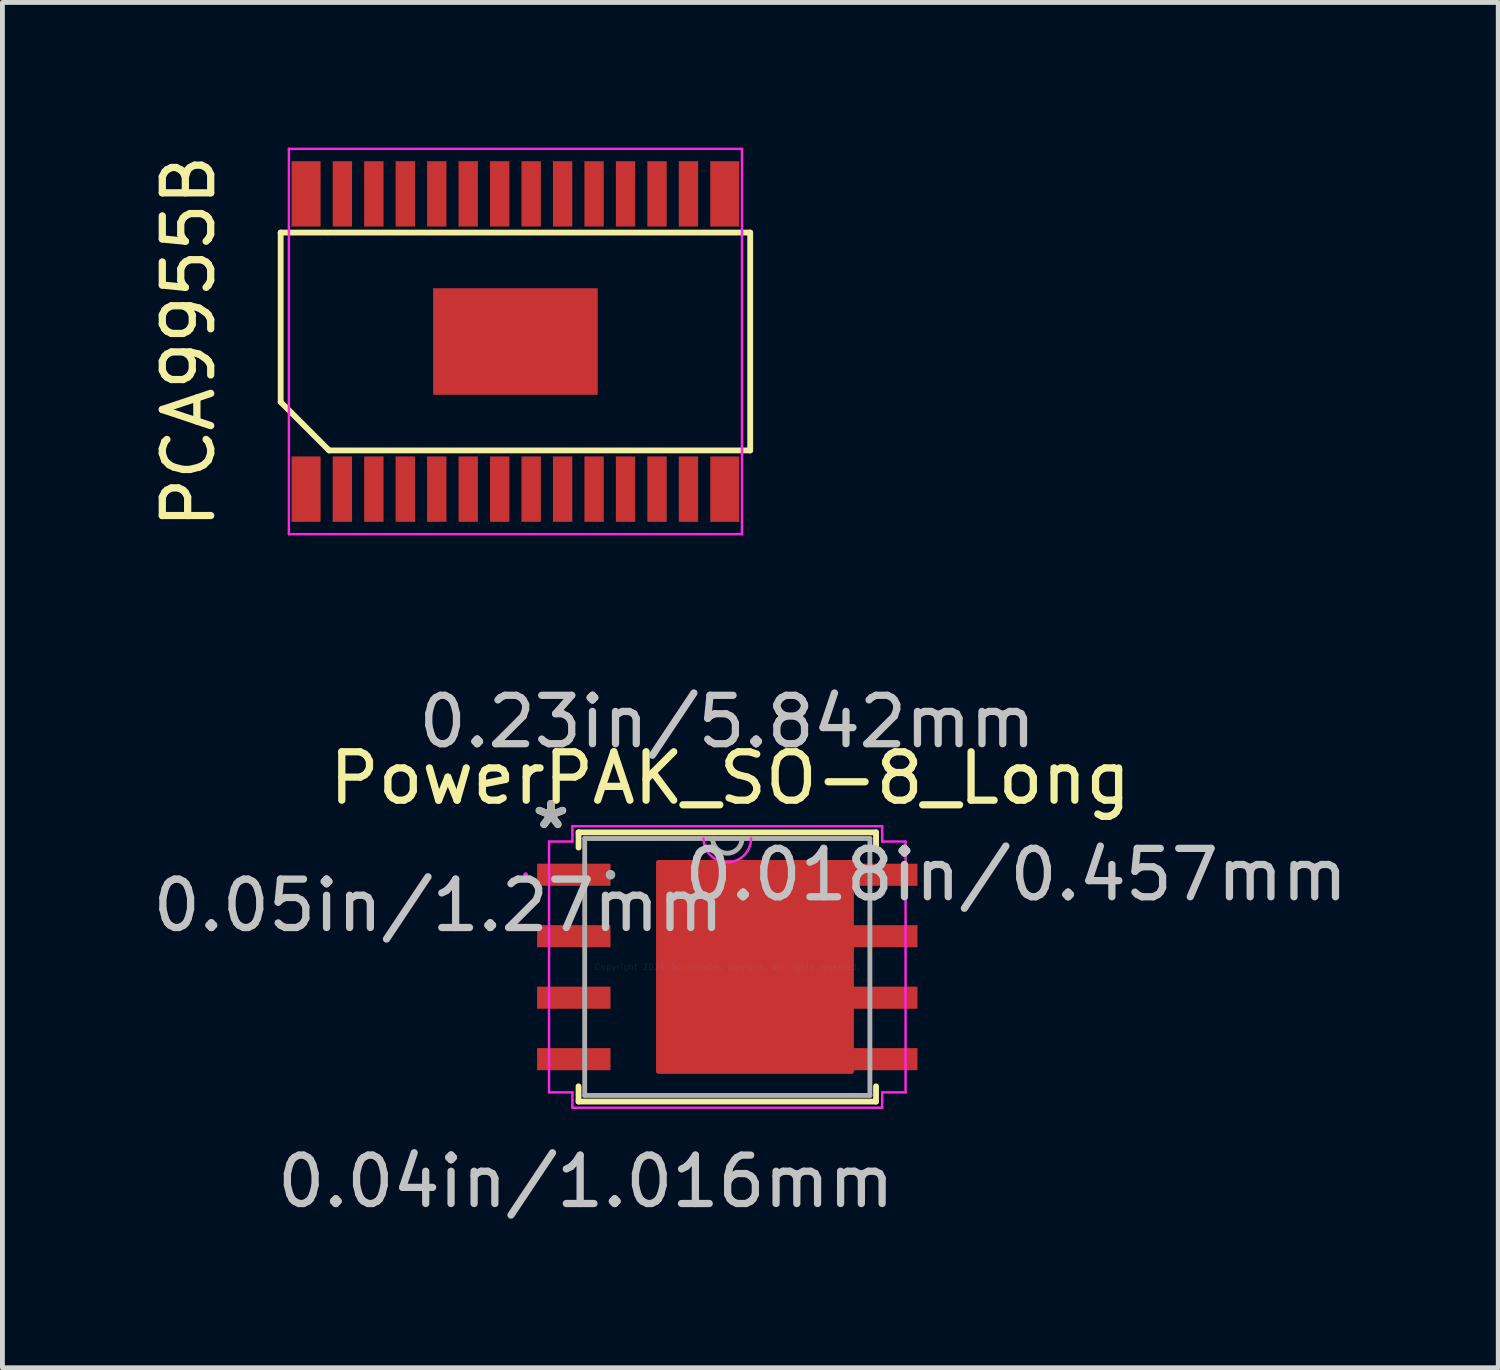
<source format=kicad_pcb>
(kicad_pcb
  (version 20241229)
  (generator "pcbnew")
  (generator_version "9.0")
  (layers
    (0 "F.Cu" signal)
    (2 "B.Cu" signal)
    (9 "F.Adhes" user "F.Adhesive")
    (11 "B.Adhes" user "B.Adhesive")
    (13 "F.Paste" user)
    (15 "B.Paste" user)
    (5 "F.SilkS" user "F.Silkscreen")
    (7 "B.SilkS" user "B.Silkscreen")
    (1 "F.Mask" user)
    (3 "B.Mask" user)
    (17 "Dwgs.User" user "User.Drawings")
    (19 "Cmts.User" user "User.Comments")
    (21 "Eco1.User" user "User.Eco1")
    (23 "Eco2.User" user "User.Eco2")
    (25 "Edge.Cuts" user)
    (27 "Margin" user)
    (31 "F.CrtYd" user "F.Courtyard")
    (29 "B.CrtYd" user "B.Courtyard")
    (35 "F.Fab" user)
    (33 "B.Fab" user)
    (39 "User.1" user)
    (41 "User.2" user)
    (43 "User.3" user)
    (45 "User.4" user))
  (footprint "PowerPAK_SO-8_Long"
    (layer "F.Cu")
    (at 11.975 16.926)
    (property "Reference" "PowerPAK_SO-8_Long" (at 0.06 -3.9 0) (layer "F.SilkS") (effects (font (size 1 1) (thickness 0.15))))
    (attr through_hole)
    (fp_poly (pts (xy 2.565 -2.159) (xy -1.422 -2.159) (xy -1.422 2.159) (xy 2.565 2.159)) (stroke (width 0.1) (type solid)) (fill yes) (layer "F.Cu"))
    (fp_poly (pts (xy 2.565 -2.159) (xy -1.422 -2.159) (xy -1.422 2.159) (xy 2.565 2.159)) (stroke (width 0.1) (type solid)) (fill yes) (layer "F.Mask"))
    (fp_line (start -3.073 -2.781) (end -3.073 -2.466) (stroke (width 0.12) (type solid)) (layer "F.SilkS"))
    (fp_line (start -3.073 2.466) (end -3.073 2.781) (stroke (width 0.12) (type solid)) (layer "F.SilkS"))
    (fp_line (start -3.073 2.781) (end 3.073 2.781) (stroke (width 0.12) (type solid)) (layer "F.SilkS"))
    (fp_line (start 3.073 -2.781) (end -3.073 -2.781) (stroke (width 0.12) (type solid)) (layer "F.SilkS"))
    (fp_line (start 3.073 -2.466) (end 3.073 -2.781) (stroke (width 0.12) (type solid)) (layer "F.SilkS"))
    (fp_line (start 3.073 2.781) (end 3.073 2.466) (stroke (width 0.12) (type solid)) (layer "F.SilkS"))
    (fp_poly (pts (xy 2.565 -2.159) (xy -1.422 -2.159) (xy -1.422 2.159) (xy 2.565 2.159)) (stroke (width 0.1) (type solid)) (fill yes) (layer "F.Paste"))
    (fp_line (start -3.683 -2.591) (end -3.2 -2.591) (stroke (width 0.05) (type solid)) (layer "F.CrtYd"))
    (fp_line (start -3.683 2.591) (end -3.683 -2.591) (stroke (width 0.05) (type solid)) (layer "F.CrtYd"))
    (fp_line (start -3.2 -2.908) (end 3.2 -2.908) (stroke (width 0.05) (type solid)) (layer "F.CrtYd"))
    (fp_line (start -3.2 -2.591) (end -3.2 -2.908) (stroke (width 0.05) (type solid)) (layer "F.CrtYd"))
    (fp_line (start -3.2 2.591) (end -3.683 2.591) (stroke (width 0.05) (type solid)) (layer "F.CrtYd"))
    (fp_line (start -3.2 2.908) (end -3.2 2.591) (stroke (width 0.05) (type solid)) (layer "F.CrtYd"))
    (fp_line (start 3.2 -2.908) (end 3.2 -2.591) (stroke (width 0.05) (type solid)) (layer "F.CrtYd"))
    (fp_line (start 3.2 -2.591) (end 3.683 -2.591) (stroke (width 0.05) (type solid)) (layer "F.CrtYd"))
    (fp_line (start 3.2 2.591) (end 3.2 2.908) (stroke (width 0.05) (type solid)) (layer "F.CrtYd"))
    (fp_line (start 3.2 2.908) (end -3.2 2.908) (stroke (width 0.05) (type solid)) (layer "F.CrtYd"))
    (fp_line (start 3.683 -2.591) (end 3.683 2.591) (stroke (width 0.05) (type solid)) (layer "F.CrtYd"))
    (fp_line (start 3.683 2.591) (end 3.2 2.591) (stroke (width 0.05) (type solid)) (layer "F.CrtYd"))
    (fp_arc (start 0.491067 -2.6543) (mid 0 -2.163233) (end -0.491067 -2.6543) (stroke (width 0.05) (type solid)) (layer "F.CrtYd"))
    (fp_circle (center -4.166 -1.905) (end -4.166 -1.905) (stroke (width 0.05) (type solid)) (fill no) (layer "F.CrtYd"))
    (fp_line (start -2.946 -2.654) (end -2.946 2.654) (stroke (width 0.1) (type solid)) (layer "F.Fab"))
    (fp_line (start -2.946 2.654) (end 2.946 2.654) (stroke (width 0.1) (type solid)) (layer "F.Fab"))
    (fp_line (start 2.946 -2.654) (end -2.946 -2.654) (stroke (width 0.1) (type solid)) (layer "F.Fab"))
    (fp_line (start 2.946 2.654) (end 2.946 -2.654) (stroke (width 0.1) (type solid)) (layer "F.Fab"))
    (fp_arc (start 0.3048 -2.6543) (mid 0 -2.3495) (end -0.3048 -2.6543) (stroke (width 0.1) (type solid)) (layer "F.Fab"))
    (fp_circle (center -2.413 -1.905) (end -2.413 -1.905) (stroke (width 0.1) (type solid)) (fill no) (layer "F.Fab"))
    (fp_text user "*" (at -3.64 -2.83 0) (layer "F.SilkS") (effects (font (size 1 1) (thickness 0.15))))
    (fp_text user "0.23in/5.842mm" (at 0 -5.067 0) (layer "Dwgs.User") (effects (font (size 1 1) (thickness 0.15))))
    (fp_text user "0.05in/1.27mm" (at -5.969 -1.27 0) (layer "Dwgs.User") (effects (font (size 1 1) (thickness 0.15))))
    (fp_text user "0.018in/0.457mm" (at 5.969 -1.905 0) (layer "Dwgs.User") (effects (font (size 1 1) (thickness 0.15))))
    (fp_text user "0.04in/1.016mm" (at -2.921 4.432 0) (layer "Dwgs.User") (effects (font (size 1 1) (thickness 0.15))))
    (fp_text user "Copyright 2021 Accelerated Designs. All rights reserved." (at 0 0 0) (layer "Cmts.User") (effects (font (size 0.127 0.127) (thickness 0.002))))
    (fp_text user "*" (at -3.65 -2.83 0) (layer "F.Fab") (effects (font (size 1 1) (thickness 0.15))))
    (pad "1" smd rect (at -3.171 -1.905) (size 1.516 0.457) (layers "F.Cu" "F.Mask" "F.Paste"))
    (pad "2" smd rect (at -3.171 -0.635) (size 1.516 0.457) (layers "F.Cu" "F.Mask" "F.Paste"))
    (pad "3" smd rect (at -3.171 0.635) (size 1.516 0.457) (layers "F.Cu" "F.Mask" "F.Paste"))
    (pad "4" smd rect (at -3.171 1.905) (size 1.516 0.457) (layers "F.Cu" "F.Mask" "F.Paste"))
    (pad "5" smd rect (at 3.171 1.905) (size 1.516 0.457) (layers "F.Cu" "F.Mask" "F.Paste"))
    (pad "6" smd rect (at 3.171 0.635) (size 1.516 0.457) (layers "F.Cu" "F.Mask" "F.Paste"))
    (pad "7" smd rect (at 3.171 -0.635) (size 1.516 0.457) (layers "F.Cu" "F.Mask" "F.Paste"))
    (pad "8" smd rect (at 3.171 -1.905) (size 1.516 0.457) (layers "F.Cu" "F.Mask" "F.Paste")))
  (footprint "PCA9955B"
    (layer "F.Cu")
    (at 7.598 4.005)
    (property "Reference" "PCA9955B" (at -6.75 0 90) (layer "F.SilkS") (effects (font (size 1 1) (thickness 0.15))))
    (attr smd)
    (fp_poly (pts (xy -0.92 -0.45) (xy -1.52 -0.45) (xy -1.52 -0.95) (xy -0.92 -0.95)) (stroke (width 0.1) (type solid)) (fill yes) (layer "F.Mask"))
    (fp_poly (pts (xy -0.92 0.25) (xy -1.52 0.25) (xy -1.52 -0.25) (xy -0.92 -0.25)) (stroke (width 0.1) (type solid)) (fill yes) (layer "F.Mask"))
    (fp_poly (pts (xy -0.92 0.95) (xy -1.52 0.95) (xy -1.52 0.45) (xy -0.92 0.45)) (stroke (width 0.1) (type solid)) (fill yes) (layer "F.Mask"))
    (fp_poly (pts (xy -0.1 -0.45) (xy -0.7 -0.45) (xy -0.7 -0.95) (xy -0.1 -0.95)) (stroke (width 0.1) (type solid)) (fill yes) (layer "F.Mask"))
    (fp_poly (pts (xy -0.1 0.25) (xy -0.7 0.25) (xy -0.7 -0.25) (xy -0.1 -0.25)) (stroke (width 0.1) (type solid)) (fill yes) (layer "F.Mask"))
    (fp_poly (pts (xy -0.1 0.95) (xy -0.7 0.95) (xy -0.7 0.45) (xy -0.1 0.45)) (stroke (width 0.1) (type solid)) (fill yes) (layer "F.Mask"))
    (fp_poly (pts (xy 0.72 -0.45) (xy 0.12 -0.45) (xy 0.12 -0.95) (xy 0.72 -0.95)) (stroke (width 0.1) (type solid)) (fill yes) (layer "F.Mask"))
    (fp_poly (pts (xy 0.72 0.25) (xy 0.12 0.25) (xy 0.12 -0.25) (xy 0.72 -0.25)) (stroke (width 0.1) (type solid)) (fill yes) (layer "F.Mask"))
    (fp_poly (pts (xy 0.72 0.95) (xy 0.12 0.95) (xy 0.12 0.45) (xy 0.72 0.45)) (stroke (width 0.1) (type solid)) (fill yes) (layer "F.Mask"))
    (fp_poly (pts (xy 1.54 -0.45) (xy 0.94 -0.45) (xy 0.94 -0.95) (xy 1.54 -0.95)) (stroke (width 0.1) (type solid)) (fill yes) (layer "F.Mask"))
    (fp_poly (pts (xy 1.54 0.25) (xy 0.94 0.25) (xy 0.94 -0.25) (xy 1.54 -0.25)) (stroke (width 0.1) (type solid)) (fill yes) (layer "F.Mask"))
    (fp_poly (pts (xy 1.54 0.95) (xy 0.94 0.95) (xy 0.94 0.45) (xy 1.54 0.45)) (stroke (width 0.1) (type solid)) (fill yes) (layer "F.Mask"))
    (fp_line (start -4.85 -2.25) (end 4.85 -2.25) (stroke (width 0.12) (type solid)) (layer "F.SilkS"))
    (fp_line (start -4.85 1.25) (end -4.85 -2.25) (stroke (width 0.12) (type solid)) (layer "F.SilkS"))
    (fp_line (start -3.85 2.25) (end -4.85 1.25) (stroke (width 0.12) (type solid)) (layer "F.SilkS"))
    (fp_line (start 4.85 -2.25) (end 4.85 2.25) (stroke (width 0.12) (type solid)) (layer "F.SilkS"))
    (fp_line (start 4.85 2.25) (end -3.85 2.25) (stroke (width 0.12) (type solid)) (layer "F.SilkS"))
    (fp_poly (pts (xy -0.92 -0.45) (xy -1.52 -0.45) (xy -1.52 -0.95) (xy -0.92 -0.95)) (stroke (width 0.1) (type solid)) (fill yes) (layer "F.Paste"))
    (fp_poly (pts (xy -0.92 0.25) (xy -1.52 0.25) (xy -1.52 -0.25) (xy -0.92 -0.25)) (stroke (width 0.1) (type solid)) (fill yes) (layer "F.Paste"))
    (fp_poly (pts (xy -0.92 0.95) (xy -1.52 0.95) (xy -1.52 0.45) (xy -0.92 0.45)) (stroke (width 0.1) (type solid)) (fill yes) (layer "F.Paste"))
    (fp_poly (pts (xy -0.1 -0.45) (xy -0.7 -0.45) (xy -0.7 -0.95) (xy -0.1 -0.95)) (stroke (width 0.1) (type solid)) (fill yes) (layer "F.Paste"))
    (fp_poly (pts (xy -0.1 0.25) (xy -0.7 0.25) (xy -0.7 -0.25) (xy -0.1 -0.25)) (stroke (width 0.1) (type solid)) (fill yes) (layer "F.Paste"))
    (fp_poly (pts (xy -0.1 0.95) (xy -0.7 0.95) (xy -0.7 0.45) (xy -0.1 0.45)) (stroke (width 0.1) (type solid)) (fill yes) (layer "F.Paste"))
    (fp_poly (pts (xy 0.72 -0.45) (xy 0.12 -0.45) (xy 0.12 -0.95) (xy 0.72 -0.95)) (stroke (width 0.1) (type solid)) (fill yes) (layer "F.Paste"))
    (fp_poly (pts (xy 0.72 0.25) (xy 0.12 0.25) (xy 0.12 -0.25) (xy 0.72 -0.25)) (stroke (width 0.1) (type solid)) (fill yes) (layer "F.Paste"))
    (fp_poly (pts (xy 0.72 0.95) (xy 0.12 0.95) (xy 0.12 0.45) (xy 0.72 0.45)) (stroke (width 0.1) (type solid)) (fill yes) (layer "F.Paste"))
    (fp_poly (pts (xy 1.54 -0.45) (xy 0.94 -0.45) (xy 0.94 -0.95) (xy 1.54 -0.95)) (stroke (width 0.1) (type solid)) (fill yes) (layer "F.Paste"))
    (fp_poly (pts (xy 1.54 0.25) (xy 0.94 0.25) (xy 0.94 -0.25) (xy 1.54 -0.25)) (stroke (width 0.1) (type solid)) (fill yes) (layer "F.Paste"))
    (fp_poly (pts (xy 1.54 0.95) (xy 0.94 0.95) (xy 0.94 0.45) (xy 1.54 0.45)) (stroke (width 0.1) (type solid)) (fill yes) (layer "F.Paste"))
    (fp_line (start -4.68 -3.98) (end 4.68 -3.98) (stroke (width 0.05) (type solid)) (layer "F.CrtYd"))
    (fp_line (start -4.68 3.98) (end -4.68 -3.98) (stroke (width 0.05) (type solid)) (layer "F.CrtYd"))
    (fp_line (start 4.68 -3.98) (end 4.68 3.98) (stroke (width 0.05) (type solid)) (layer "F.CrtYd"))
    (fp_line (start 4.68 3.98) (end -4.68 3.98) (stroke (width 0.05) (type solid)) (layer "F.CrtYd"))
    (pad "1" smd rect (at -4.325 3.05) (size 0.6 1.35) (layers "F.Cu" "F.Mask" "F.Paste"))
    (pad "2" smd rect (at -3.575 3.05) (size 0.4 1.35) (layers "F.Cu" "F.Mask" "F.Paste"))
    (pad "3" smd rect (at -2.925 3.05) (size 0.4 1.35) (layers "F.Cu" "F.Mask" "F.Paste"))
    (pad "4" smd rect (at -2.275 3.05) (size 0.4 1.35) (layers "F.Cu" "F.Mask" "F.Paste"))
    (pad "5" smd rect (at -1.625 3.05) (size 0.4 1.35) (layers "F.Cu" "F.Mask" "F.Paste"))
    (pad "6" smd rect (at -0.975 3.05) (size 0.4 1.35) (layers "F.Cu" "F.Mask" "F.Paste"))
    (pad "7" smd rect (at -0.325 3.05) (size 0.4 1.35) (layers "F.Cu" "F.Mask" "F.Paste"))
    (pad "8" smd rect (at 0.325 3.05) (size 0.4 1.35) (layers "F.Cu" "F.Mask" "F.Paste"))
    (pad "9" smd rect (at 0.975 3.05) (size 0.4 1.35) (layers "F.Cu" "F.Mask" "F.Paste"))
    (pad "10" smd rect (at 1.625 3.05) (size 0.4 1.35) (layers "F.Cu" "F.Mask" "F.Paste"))
    (pad "11" smd rect (at 2.275 3.05) (size 0.4 1.35) (layers "F.Cu" "F.Mask" "F.Paste"))
    (pad "12" smd rect (at 2.925 3.05) (size 0.4 1.35) (layers "F.Cu" "F.Mask" "F.Paste"))
    (pad "13" smd rect (at 3.575 3.05) (size 0.4 1.35) (layers "F.Cu" "F.Mask" "F.Paste"))
    (pad "14" smd rect (at 4.325 3.05) (size 0.6 1.35) (layers "F.Cu" "F.Mask" "F.Paste"))
    (pad "15" smd rect (at 4.325 -3.05) (size 0.6 1.35) (layers "F.Cu" "F.Mask" "F.Paste"))
    (pad "16" smd rect (at 3.575 -3.05) (size 0.4 1.35) (layers "F.Cu" "F.Mask" "F.Paste"))
    (pad "17" smd rect (at 2.925 -3.05) (size 0.4 1.35) (layers "F.Cu" "F.Mask" "F.Paste"))
    (pad "18" smd rect (at 2.275 -3.05) (size 0.4 1.35) (layers "F.Cu" "F.Mask" "F.Paste"))
    (pad "19" smd rect (at 1.625 -3.05) (size 0.4 1.35) (layers "F.Cu" "F.Mask" "F.Paste"))
    (pad "20" smd rect (at 0.975 -3.05) (size 0.4 1.35) (layers "F.Cu" "F.Mask" "F.Paste"))
    (pad "21" smd rect (at 0.325 -3.05) (size 0.4 1.35) (layers "F.Cu" "F.Mask" "F.Paste"))
    (pad "22" smd rect (at -0.325 -3.05) (size 0.4 1.35) (layers "F.Cu" "F.Mask" "F.Paste"))
    (pad "23" smd rect (at -0.975 -3.05) (size 0.4 1.35) (layers "F.Cu" "F.Mask" "F.Paste"))
    (pad "24" smd rect (at -1.625 -3.05) (size 0.4 1.35) (layers "F.Cu" "F.Mask" "F.Paste"))
    (pad "25" smd rect (at -2.275 -3.05) (size 0.4 1.35) (layers "F.Cu" "F.Mask" "F.Paste"))
    (pad "26" smd rect (at -2.925 -3.05) (size 0.4 1.35) (layers "F.Cu" "F.Mask" "F.Paste"))
    (pad "27" smd rect (at -3.575 -3.05) (size 0.4 1.35) (layers "F.Cu" "F.Mask" "F.Paste"))
    (pad "28" smd rect (at -4.325 -3.05) (size 0.6 1.35) (layers "F.Cu" "F.Mask" "F.Paste"))
    (pad "29" smd rect (at 0 0) (size 3.4 2.2) (layers "F.Cu")))
  (gr_rect
    (start -3 -3)
    (end 27.902 25.206)
    (stroke (width 0.1) (type default))
    (fill no)
    (layer "Edge.Cuts")))
</source>
